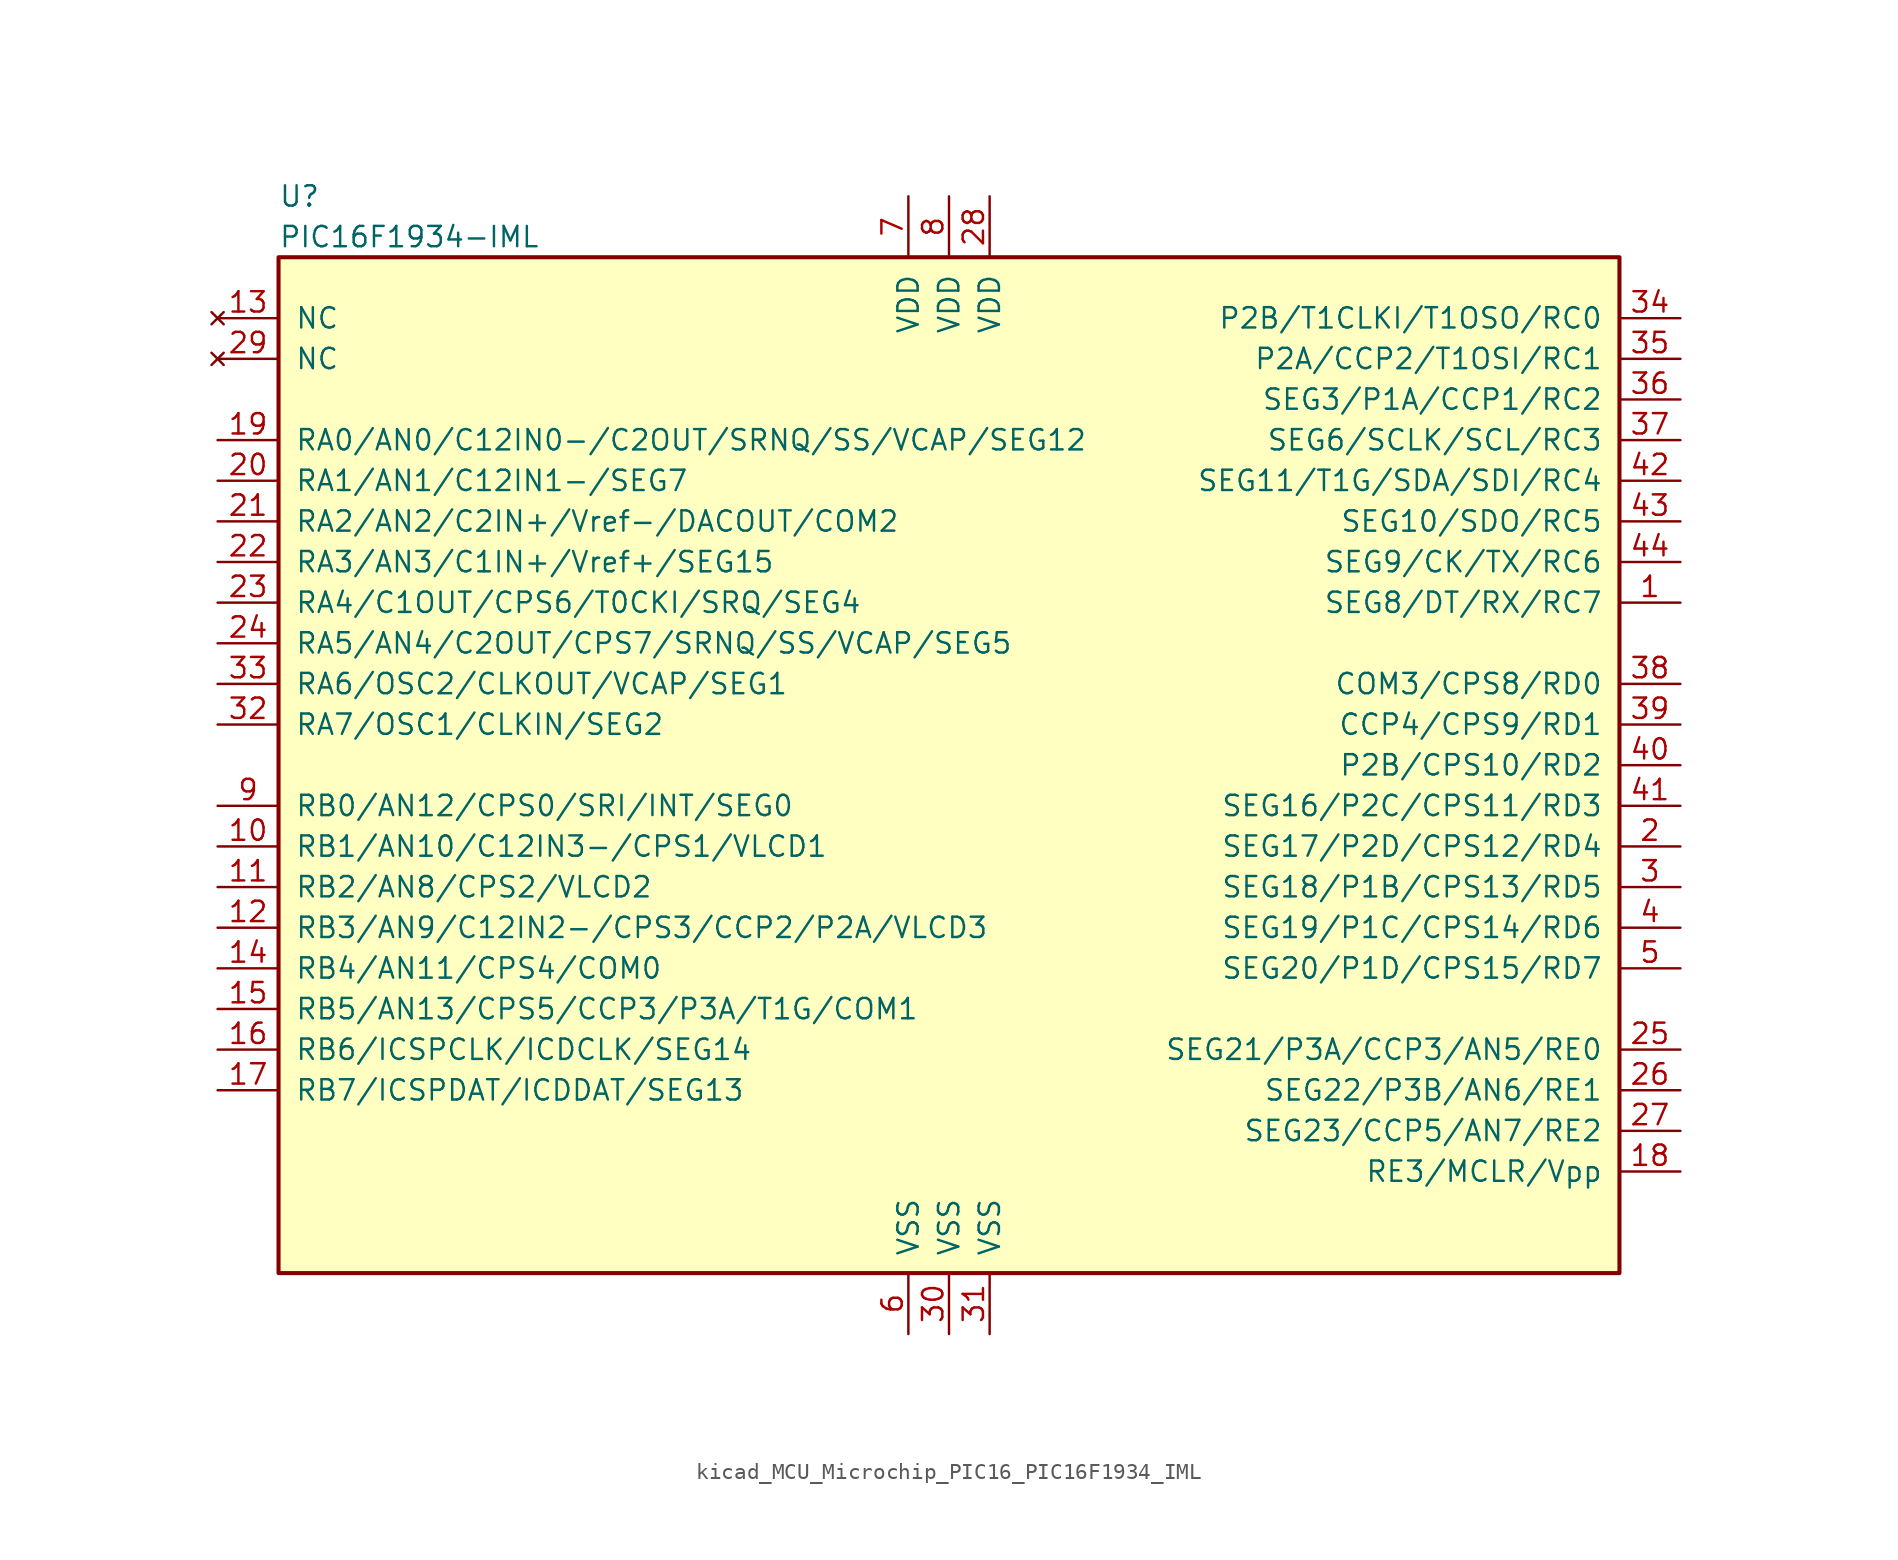
<source format=kicad_sym>
(kicad_symbol_lib
  (version 20220914)
  (generator kicad_symbol_editor)
  (symbol "kicad_MCU_Microchip_PIC16_PIC16F1934_IML"
    (pin_names
      (offset 1.016))
    (property "Reference" "U"
      (at -41.91 35.56 0)
      (effects (font (size 1.27 1.27)) (justify left)))
    (property "Value" "PIC16F1934-IML"
      (at -41.91 33.02 0)
      (effects (font (size 1.27 1.27)) (justify left)))
    (symbol "kicad_MCU_Microchip_PIC16_PIC16F1934_IML_0_1"
      (rectangle (start -41.91 31.75) (end 41.91 -31.75) (stroke (width 0.254) (type default)) (fill (type background))))
    (symbol "kicad_MCU_Microchip_PIC16_PIC16F1934_IML_1_1"
      (pin bidirectional line (at 45.72 10.16 180) (length 3.81) (name "SEG8/DT/RX/RC7" (effects (font (size 1.27 1.27)))) (number "1" (effects (font (size 1.27 1.27)))))
      (pin bidirectional line (at -45.72 -5.08 0) (length 3.81) (name "RB1/AN10/C12IN3-/CPS1/VLCD1" (effects (font (size 1.27 1.27)))) (number "10" (effects (font (size 1.27 1.27)))))
      (pin bidirectional line (at -45.72 -7.62 0) (length 3.81) (name "RB2/AN8/CPS2/VLCD2" (effects (font (size 1.27 1.27)))) (number "11" (effects (font (size 1.27 1.27)))))
      (pin bidirectional line (at -45.72 -10.16 0) (length 3.81) (name "RB3/AN9/C12IN2-/CPS3/CCP2/P2A/VLCD3" (effects (font (size 1.27 1.27)))) (number "12" (effects (font (size 1.27 1.27)))))
      (pin no_connect line (at -45.72 27.94 0) (length 3.81) (name "NC" (effects (font (size 1.27 1.27)))) (number "13" (effects (font (size 1.27 1.27)))))
      (pin bidirectional line (at -45.72 -12.7 0) (length 3.81) (name "RB4/AN11/CPS4/COM0" (effects (font (size 1.27 1.27)))) (number "14" (effects (font (size 1.27 1.27)))))
      (pin bidirectional line (at -45.72 -15.24 0) (length 3.81) (name "RB5/AN13/CPS5/CCP3/P3A/T1G/COM1" (effects (font (size 1.27 1.27)))) (number "15" (effects (font (size 1.27 1.27)))))
      (pin bidirectional line (at -45.72 -17.78 0) (length 3.81) (name "RB6/ICSPCLK/ICDCLK/SEG14" (effects (font (size 1.27 1.27)))) (number "16" (effects (font (size 1.27 1.27)))))
      (pin bidirectional line (at -45.72 -20.32 0) (length 3.81) (name "RB7/ICSPDAT/ICDDAT/SEG13" (effects (font (size 1.27 1.27)))) (number "17" (effects (font (size 1.27 1.27)))))
      (pin bidirectional line (at 45.72 -25.4 180) (length 3.81) (name "RE3/MCLR/Vpp" (effects (font (size 1.27 1.27)))) (number "18" (effects (font (size 1.27 1.27)))))
      (pin bidirectional line (at -45.72 20.32 0) (length 3.81) (name "RA0/AN0/C12IN0-/C2OUT/SRNQ/SS/VCAP/SEG12" (effects (font (size 1.27 1.27)))) (number "19" (effects (font (size 1.27 1.27)))))
      (pin bidirectional line (at 45.72 -5.08 180) (length 3.81) (name "SEG17/P2D/CPS12/RD4" (effects (font (size 1.27 1.27)))) (number "2" (effects (font (size 1.27 1.27)))))
      (pin bidirectional line (at -45.72 17.78 0) (length 3.81) (name "RA1/AN1/C12IN1-/SEG7" (effects (font (size 1.27 1.27)))) (number "20" (effects (font (size 1.27 1.27)))))
      (pin bidirectional line (at -45.72 15.24 0) (length 3.81) (name "RA2/AN2/C2IN+/Vref-/DACOUT/COM2" (effects (font (size 1.27 1.27)))) (number "21" (effects (font (size 1.27 1.27)))))
      (pin bidirectional line (at -45.72 12.7 0) (length 3.81) (name "RA3/AN3/C1IN+/Vref+/SEG15" (effects (font (size 1.27 1.27)))) (number "22" (effects (font (size 1.27 1.27)))))
      (pin bidirectional line (at -45.72 10.16 0) (length 3.81) (name "RA4/C1OUT/CPS6/T0CKI/SRQ/SEG4" (effects (font (size 1.27 1.27)))) (number "23" (effects (font (size 1.27 1.27)))))
      (pin bidirectional line (at -45.72 7.62 0) (length 3.81) (name "RA5/AN4/C2OUT/CPS7/SRNQ/SS/VCAP/SEG5" (effects (font (size 1.27 1.27)))) (number "24" (effects (font (size 1.27 1.27)))))
      (pin bidirectional line (at 45.72 -17.78 180) (length 3.81) (name "SEG21/P3A/CCP3/AN5/RE0" (effects (font (size 1.27 1.27)))) (number "25" (effects (font (size 1.27 1.27)))))
      (pin bidirectional line (at 45.72 -20.32 180) (length 3.81) (name "SEG22/P3B/AN6/RE1" (effects (font (size 1.27 1.27)))) (number "26" (effects (font (size 1.27 1.27)))))
      (pin bidirectional line (at 45.72 -22.86 180) (length 3.81) (name "SEG23/CCP5/AN7/RE2" (effects (font (size 1.27 1.27)))) (number "27" (effects (font (size 1.27 1.27)))))
      (pin power_in line (at 2.54 35.56 270) (length 3.81) (name "VDD" (effects (font (size 1.27 1.27)))) (number "28" (effects (font (size 1.27 1.27)))))
      (pin no_connect line (at -45.72 25.4 0) (length 3.81) (name "NC" (effects (font (size 1.27 1.27)))) (number "29" (effects (font (size 1.27 1.27)))))
      (pin bidirectional line (at 45.72 -7.62 180) (length 3.81) (name "SEG18/P1B/CPS13/RD5" (effects (font (size 1.27 1.27)))) (number "3" (effects (font (size 1.27 1.27)))))
      (pin power_in line (at 0 -35.56 90) (length 3.81) (name "VSS" (effects (font (size 1.27 1.27)))) (number "30" (effects (font (size 1.27 1.27)))))
      (pin power_in line (at 2.54 -35.56 90) (length 3.81) (name "VSS" (effects (font (size 1.27 1.27)))) (number "31" (effects (font (size 1.27 1.27)))))
      (pin bidirectional line (at -45.72 2.54 0) (length 3.81) (name "RA7/OSC1/CLKIN/SEG2" (effects (font (size 1.27 1.27)))) (number "32" (effects (font (size 1.27 1.27)))))
      (pin bidirectional line (at -45.72 5.08 0) (length 3.81) (name "RA6/OSC2/CLKOUT/VCAP/SEG1" (effects (font (size 1.27 1.27)))) (number "33" (effects (font (size 1.27 1.27)))))
      (pin bidirectional line (at 45.72 27.94 180) (length 3.81) (name "P2B/T1CLKI/T1OSO/RC0" (effects (font (size 1.27 1.27)))) (number "34" (effects (font (size 1.27 1.27)))))
      (pin bidirectional line (at 45.72 25.4 180) (length 3.81) (name "P2A/CCP2/T1OSI/RC1" (effects (font (size 1.27 1.27)))) (number "35" (effects (font (size 1.27 1.27)))))
      (pin bidirectional line (at 45.72 22.86 180) (length 3.81) (name "SEG3/P1A/CCP1/RC2" (effects (font (size 1.27 1.27)))) (number "36" (effects (font (size 1.27 1.27)))))
      (pin bidirectional line (at 45.72 20.32 180) (length 3.81) (name "SEG6/SCLK/SCL/RC3" (effects (font (size 1.27 1.27)))) (number "37" (effects (font (size 1.27 1.27)))))
      (pin bidirectional line (at 45.72 5.08 180) (length 3.81) (name "COM3/CPS8/RD0" (effects (font (size 1.27 1.27)))) (number "38" (effects (font (size 1.27 1.27)))))
      (pin bidirectional line (at 45.72 2.54 180) (length 3.81) (name "CCP4/CPS9/RD1" (effects (font (size 1.27 1.27)))) (number "39" (effects (font (size 1.27 1.27)))))
      (pin bidirectional line (at 45.72 -10.16 180) (length 3.81) (name "SEG19/P1C/CPS14/RD6" (effects (font (size 1.27 1.27)))) (number "4" (effects (font (size 1.27 1.27)))))
      (pin bidirectional line (at 45.72 0 180) (length 3.81) (name "P2B/CPS10/RD2" (effects (font (size 1.27 1.27)))) (number "40" (effects (font (size 1.27 1.27)))))
      (pin bidirectional line (at 45.72 -2.54 180) (length 3.81) (name "SEG16/P2C/CPS11/RD3" (effects (font (size 1.27 1.27)))) (number "41" (effects (font (size 1.27 1.27)))))
      (pin bidirectional line (at 45.72 17.78 180) (length 3.81) (name "SEG11/T1G/SDA/SDI/RC4" (effects (font (size 1.27 1.27)))) (number "42" (effects (font (size 1.27 1.27)))))
      (pin bidirectional line (at 45.72 15.24 180) (length 3.81) (name "SEG10/SDO/RC5" (effects (font (size 1.27 1.27)))) (number "43" (effects (font (size 1.27 1.27)))))
      (pin bidirectional line (at 45.72 12.7 180) (length 3.81) (name "SEG9/CK/TX/RC6" (effects (font (size 1.27 1.27)))) (number "44" (effects (font (size 1.27 1.27)))))
      (pin bidirectional line (at 45.72 -12.7 180) (length 3.81) (name "SEG20/P1D/CPS15/RD7" (effects (font (size 1.27 1.27)))) (number "5" (effects (font (size 1.27 1.27)))))
      (pin bidirectional line (at -2.54 -35.56 90) (length 3.81) (name "VSS" (effects (font (size 1.27 1.27)))) (number "6" (effects (font (size 1.27 1.27)))))
      (pin bidirectional line (at -2.54 35.56 270) (length 3.81) (name "VDD" (effects (font (size 1.27 1.27)))) (number "7" (effects (font (size 1.27 1.27)))))
      (pin bidirectional line (at 0 35.56 270) (length 3.81) (name "VDD" (effects (font (size 1.27 1.27)))) (number "8" (effects (font (size 1.27 1.27)))))
      (pin bidirectional line (at -45.72 -2.54 0) (length 3.81) (name "RB0/AN12/CPS0/SRI/INT/SEG0" (effects (font (size 1.27 1.27)))) (number "9" (effects (font (size 1.27 1.27))))))))
</source>
